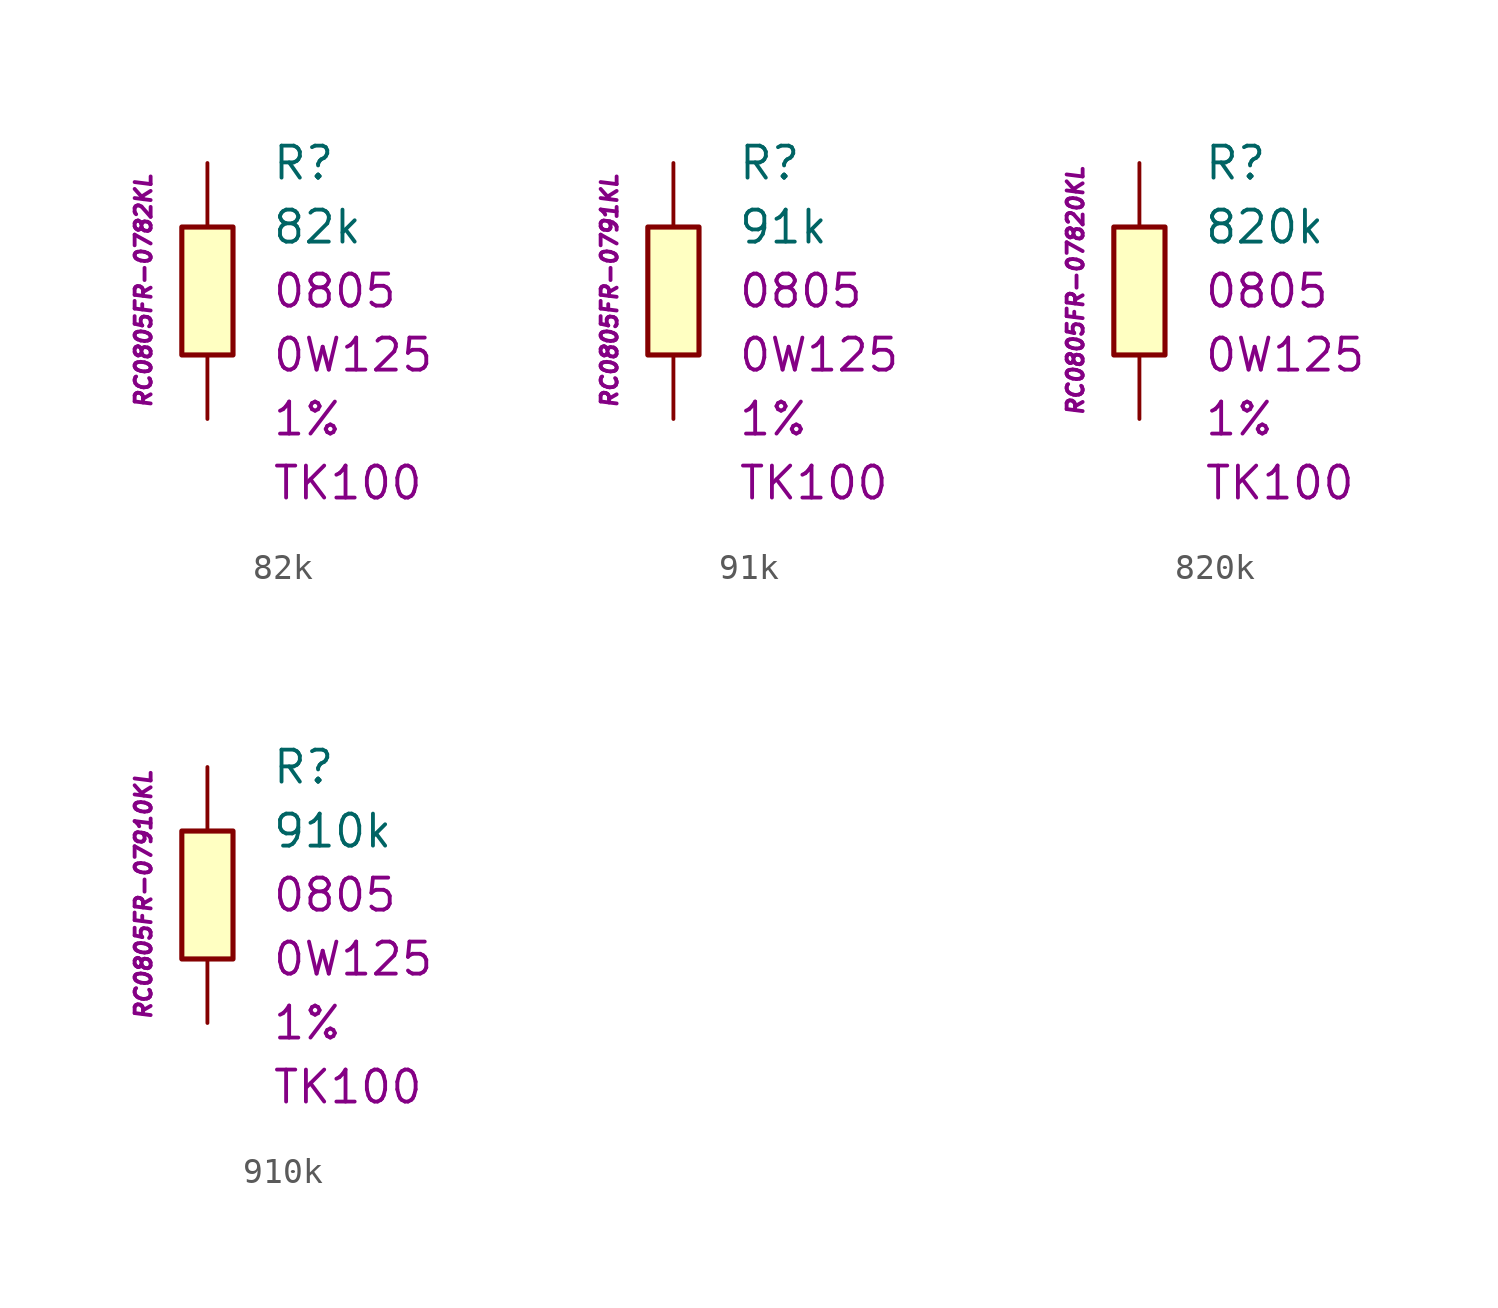
<source format=kicad_sym>
(kicad_symbol_lib
  (version 20201005)
  (generator kicad_symbol_editor)
  (symbol "82k"
    (pin_numbers hide)
    (pin_names
      (offset 1.016) hide)
    (property "Reference" "R"
      (at 2.54 5.08 0)
      (effects (font (size 1.27 1.27)) (justify left)))
    (property "Value" "82k"
      (at 2.54 2.54 0)
      (effects (font (size 1.27 1.27)) (justify left)))
    (property "Package" "0805"
      (at 2.54 0 0)
      (effects (font (size 1.27 1.27)) (justify left)))
    (property "Power" "0W125"
      (at 2.54 -2.54 0)
      (effects (font (size 1.27 1.27)) (justify left)))
    (property "Tolerance" "1%"
      (at 2.54 -5.08 0)
      (effects (font (size 1.27 1.27)) (justify left)))
    (property "TK" "TK100"
      (at 2.54 -7.62 0)
      (effects (font (size 1.27 1.27)) (justify left)))
    (property "ID" "RC0805FR-0782KL"
      (at -2.54 0 90)
      (effects (font (size 0.635 0.635) italic)))
    (symbol "82k_0_1"
      (rectangle (start -1.016 2.54) (end 1.016 -2.54) (stroke (width 0.203)) (fill (type background))))
    (symbol "82k_1_1"
      (pin passive line (at 0 5.08 270) (length 2.54) (name "~" (effects (font (size 1.778 1.778)))) (number "1" (effects (font (size 1.778 1.778)))))
      (pin passive line (at 0 -5.08 90) (length 2.54) (name "~" (effects (font (size 1.778 1.778)))) (number "2" (effects (font (size 1.778 1.778)))))))
  (symbol "91k"
    (pin_numbers hide)
    (pin_names
      (offset 1.016) hide)
    (property "Reference" "R"
      (at 2.54 5.08 0)
      (effects (font (size 1.27 1.27)) (justify left)))
    (property "Value" "91k"
      (at 2.54 2.54 0)
      (effects (font (size 1.27 1.27)) (justify left)))
    (property "Package" "0805"
      (at 2.54 0 0)
      (effects (font (size 1.27 1.27)) (justify left)))
    (property "Power" "0W125"
      (at 2.54 -2.54 0)
      (effects (font (size 1.27 1.27)) (justify left)))
    (property "Tolerance" "1%"
      (at 2.54 -5.08 0)
      (effects (font (size 1.27 1.27)) (justify left)))
    (property "TK" "TK100"
      (at 2.54 -7.62 0)
      (effects (font (size 1.27 1.27)) (justify left)))
    (property "ID" "RC0805FR-0791KL"
      (at -2.54 0 90)
      (effects (font (size 0.635 0.635) italic)))
    (symbol "91k_0_1"
      (rectangle (start -1.016 2.54) (end 1.016 -2.54) (stroke (width 0.203)) (fill (type background))))
    (symbol "91k_1_1"
      (pin passive line (at 0 5.08 270) (length 2.54) (name "~" (effects (font (size 1.778 1.778)))) (number "1" (effects (font (size 1.778 1.778)))))
      (pin passive line (at 0 -5.08 90) (length 2.54) (name "~" (effects (font (size 1.778 1.778)))) (number "2" (effects (font (size 1.778 1.778)))))))
  (symbol "820k"
    (pin_numbers hide)
    (pin_names
      (offset 1.016) hide)
    (property "Reference" "R"
      (at 2.54 5.08 0)
      (effects (font (size 1.27 1.27)) (justify left)))
    (property "Value" "820k"
      (at 2.54 2.54 0)
      (effects (font (size 1.27 1.27)) (justify left)))
    (property "Package" "0805"
      (at 2.54 0 0)
      (effects (font (size 1.27 1.27)) (justify left)))
    (property "Power" "0W125"
      (at 2.54 -2.54 0)
      (effects (font (size 1.27 1.27)) (justify left)))
    (property "Tolerance" "1%"
      (at 2.54 -5.08 0)
      (effects (font (size 1.27 1.27)) (justify left)))
    (property "TK" "TK100"
      (at 2.54 -7.62 0)
      (effects (font (size 1.27 1.27)) (justify left)))
    (property "ID" "RC0805FR-07820KL"
      (at -2.54 0 90)
      (effects (font (size 0.635 0.635) italic)))
    (symbol "820k_0_1"
      (rectangle (start -1.016 2.54) (end 1.016 -2.54) (stroke (width 0.203)) (fill (type background))))
    (symbol "820k_1_1"
      (pin passive line (at 0 5.08 270) (length 2.54) (name "~" (effects (font (size 1.778 1.778)))) (number "1" (effects (font (size 1.778 1.778)))))
      (pin passive line (at 0 -5.08 90) (length 2.54) (name "~" (effects (font (size 1.778 1.778)))) (number "2" (effects (font (size 1.778 1.778)))))))
  (symbol "910k"
    (pin_numbers hide)
    (pin_names
      (offset 1.016) hide)
    (property "Reference" "R"
      (at 2.54 5.08 0)
      (effects (font (size 1.27 1.27)) (justify left)))
    (property "Value" "910k"
      (at 2.54 2.54 0)
      (effects (font (size 1.27 1.27)) (justify left)))
    (property "Package" "0805"
      (at 2.54 0 0)
      (effects (font (size 1.27 1.27)) (justify left)))
    (property "Power" "0W125"
      (at 2.54 -2.54 0)
      (effects (font (size 1.27 1.27)) (justify left)))
    (property "Tolerance" "1%"
      (at 2.54 -5.08 0)
      (effects (font (size 1.27 1.27)) (justify left)))
    (property "TK" "TK100"
      (at 2.54 -7.62 0)
      (effects (font (size 1.27 1.27)) (justify left)))
    (property "ID" "RC0805FR-07910KL"
      (at -2.54 0 90)
      (effects (font (size 0.635 0.635) italic)))
    (symbol "910k_0_1"
      (rectangle (start -1.016 2.54) (end 1.016 -2.54) (stroke (width 0.203)) (fill (type background))))
    (symbol "910k_1_1"
      (pin passive line (at 0 5.08 270) (length 2.54) (name "~" (effects (font (size 1.778 1.778)))) (number "1" (effects (font (size 1.778 1.778)))))
      (pin passive line (at 0 -5.08 90) (length 2.54) (name "~" (effects (font (size 1.778 1.778)))) (number "2" (effects (font (size 1.778 1.778))))))))
</source>
